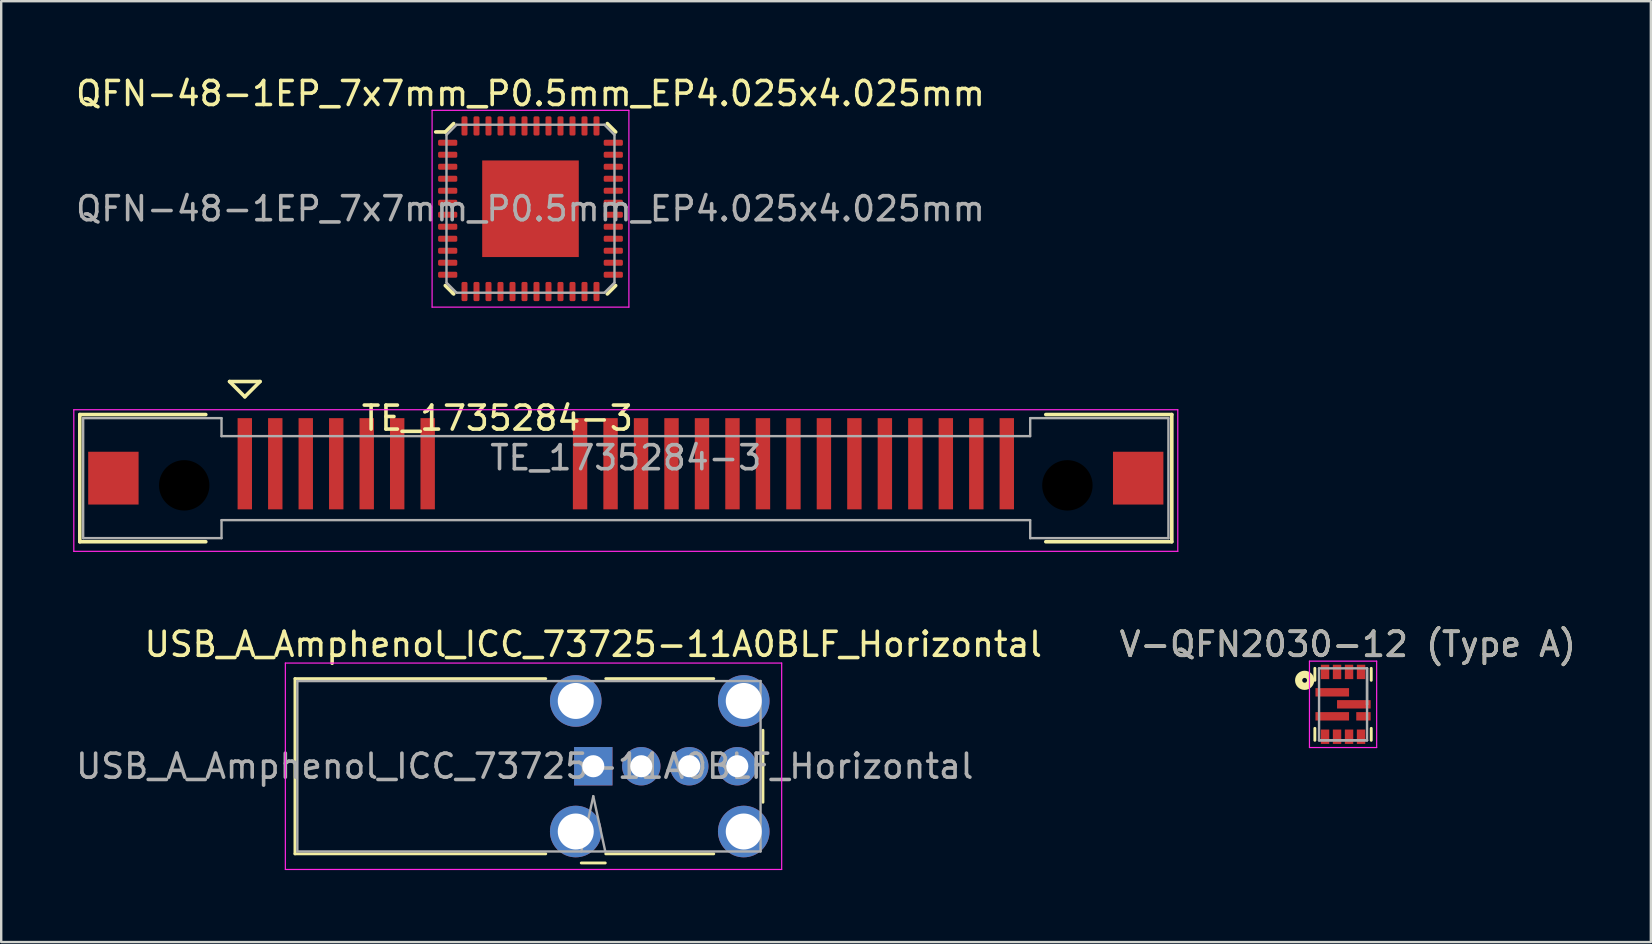
<source format=kicad_pcb>
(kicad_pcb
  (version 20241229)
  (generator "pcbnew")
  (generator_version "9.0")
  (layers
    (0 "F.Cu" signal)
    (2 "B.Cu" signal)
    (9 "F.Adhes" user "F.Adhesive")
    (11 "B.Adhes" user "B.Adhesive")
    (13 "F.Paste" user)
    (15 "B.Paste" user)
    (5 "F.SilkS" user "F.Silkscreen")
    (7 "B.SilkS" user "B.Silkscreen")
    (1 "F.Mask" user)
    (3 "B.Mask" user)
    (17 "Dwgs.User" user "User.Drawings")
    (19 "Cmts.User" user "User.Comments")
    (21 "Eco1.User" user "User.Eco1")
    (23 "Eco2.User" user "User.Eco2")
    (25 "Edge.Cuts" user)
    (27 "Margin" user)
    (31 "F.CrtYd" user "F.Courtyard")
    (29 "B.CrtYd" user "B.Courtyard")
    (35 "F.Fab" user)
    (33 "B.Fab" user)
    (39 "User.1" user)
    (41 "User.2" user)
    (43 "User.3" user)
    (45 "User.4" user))
  (footprint "V-QFN2030-12 (Type A)"
    (layer "F.Cu")
    (at 52.911 26.297)
    (property "Reference" "V-QFN2030-12 (Type A)" (at 0.2 -2.5 0) (unlocked yes) (layer "F.SilkS") (effects (font (size 1 1) (thickness 0.15))))
    (fp_line (start -1.175 -1) (end -1.175 -1.5) (stroke (width 0.12) (type solid)) (layer "F.SilkS"))
    (fp_line (start -1.175 1.5) (end -1.175 1) (stroke (width 0.12) (type solid)) (layer "F.SilkS"))
    (fp_line (start 1.175 -1.5) (end 1.175 -1) (stroke (width 0.12) (type solid)) (layer "F.SilkS"))
    (fp_line (start 1.175 1) (end 1.175 1.5) (stroke (width 0.12) (type solid)) (layer "F.SilkS"))
    (fp_circle (center -1.6 -1) (end -1.5 -1) (stroke (width 0.3) (type solid)) (fill no) (layer "F.SilkS"))
    (fp_line (start -1.4 -1.8) (end 1.4 -1.8) (stroke (width 0.05) (type solid)) (layer "F.CrtYd"))
    (fp_line (start -1.4 1.8) (end -1.4 -1.8) (stroke (width 0.05) (type solid)) (layer "F.CrtYd"))
    (fp_line (start 1.4 -1.8) (end 1.4 1.8) (stroke (width 0.05) (type solid)) (layer "F.CrtYd"))
    (fp_line (start 1.4 1.8) (end -1.4 1.8) (stroke (width 0.05) (type solid)) (layer "F.CrtYd"))
    (fp_line (start -1 1.5) (end -1 -1.5) (stroke (width 0.1) (type solid)) (layer "F.Fab"))
    (fp_line (start -1 1.5) (end 1 1.5) (stroke (width 0.1) (type solid)) (layer "F.Fab"))
    (fp_line (start 1 -1.5) (end -1 -1.5) (stroke (width 0.1) (type solid)) (layer "F.Fab"))
    (fp_line (start 1 -1.5) (end 1 0) (stroke (width 0.1) (type solid)) (layer "F.Fab"))
    (fp_line (start 1 0) (end 1 -1.5) (stroke (width 0.1) (type solid)) (layer "F.Fab"))
    (fp_line (start 1 0) (end 1 1.5) (stroke (width 0.1) (type solid)) (layer "F.Fab"))
    (fp_line (start 1 1.5) (end -1 1.5) (stroke (width 0.1) (type solid)) (layer "F.Fab"))
    (fp_text user "${REFERENCE}" (at 0.2 -2.5 0) (unlocked yes) (layer "F.Fab") (effects (font (size 1 1) (thickness 0.15))))
    (pad "1" smd rect (at -0.45 -0.5) (size 1.4 0.35) (layers "F.Cu" "F.Mask" "F.Paste"))
    (pad "2" smd rect (at -0.45 0.5) (size 1.4 0.35) (layers "F.Cu" "F.Mask" "F.Paste"))
    (pad "3" smd rect (at -0.75 1.35) (size 0.35 0.6) (layers "F.Cu" "F.Mask" "F.Paste"))
    (pad "4" smd rect (at -0.25 1.35) (size 0.35 0.6) (layers "F.Cu" "F.Mask" "F.Paste"))
    (pad "5" smd rect (at 0.25 1.35) (size 0.35 0.6) (layers "F.Cu" "F.Mask" "F.Paste"))
    (pad "6" smd rect (at 0.75 1.35) (size 0.35 0.6) (layers "F.Cu" "F.Mask" "F.Paste"))
    (pad "7" smd rect (at 0.85 0.5) (size 0.6 0.35) (layers "F.Cu" "F.Mask" "F.Paste"))
    (pad "8" smd rect (at 0.45 0) (size 1.4 0.35) (layers "F.Cu" "F.Mask" "F.Paste"))
    (pad "9" smd rect (at 0.75 -1.35) (size 0.35 0.6) (layers "F.Cu" "F.Mask" "F.Paste"))
    (pad "10" smd rect (at 0.25 -1.35) (size 0.35 0.6) (layers "F.Cu" "F.Mask" "F.Paste"))
    (pad "11" smd rect (at -0.25 -1.35) (size 0.35 0.6) (layers "F.Cu" "F.Mask" "F.Paste"))
    (pad "12" smd rect (at -0.75 -1.35) (size 0.35 0.6) (layers "F.Cu" "F.Mask" "F.Paste")))
  (footprint "USB_A_Amphenol_ICC_73725-11A0BLF_Horizontal"
    (layer "F.Cu")
    (at 21.67 28.877)
    (property "Reference" "USB_A_Amphenol_ICC_73725-11A0BLF_Horizontal" (at 0 -5.08 0) (layer "F.SilkS") (effects (font (size 1 1) (thickness 0.15))))
    (attr through_hole)
    (fp_line (start -12.43 -3.65) (end -12.43 3.65) (stroke (width 0.12) (type solid)) (layer "F.SilkS"))
    (fp_line (start -12.43 -3.65) (end -1.98 -3.65) (stroke (width 0.12) (type solid)) (layer "F.SilkS"))
    (fp_line (start -12.43 3.65) (end -1.98 3.65) (stroke (width 0.12) (type solid)) (layer "F.SilkS"))
    (fp_line (start -0.5 4.03) (end 0.5 4.03) (stroke (width 0.12) (type solid)) (layer "F.SilkS"))
    (fp_line (start 0.52 -3.65) (end 5.02 -3.65) (stroke (width 0.12) (type solid)) (layer "F.SilkS"))
    (fp_line (start 0.52 3.65) (end 5.02 3.65) (stroke (width 0.12) (type solid)) (layer "F.SilkS"))
    (fp_line (start 7.07 -1.5) (end 7.07 1.5) (stroke (width 0.12) (type solid)) (layer "F.SilkS"))
    (fp_line (start -12.83 -4.3) (end 7.85 -4.3) (stroke (width 0.05) (type solid)) (layer "F.CrtYd"))
    (fp_line (start -12.83 4.3) (end -12.83 -4.3) (stroke (width 0.05) (type solid)) (layer "F.CrtYd"))
    (fp_line (start 7.85 -4.3) (end 7.85 4.3) (stroke (width 0.05) (type solid)) (layer "F.CrtYd"))
    (fp_line (start 7.85 4.3) (end -12.83 4.3) (stroke (width 0.05) (type solid)) (layer "F.CrtYd"))
    (fp_line (start -12.33 -3.55) (end 6.97 -3.55) (stroke (width 0.1) (type solid)) (layer "F.Fab"))
    (fp_line (start -12.33 3.55) (end -12.33 -3.55) (stroke (width 0.1) (type solid)) (layer "F.Fab"))
    (fp_line (start -0.5 3.55) (end 0 1.25) (stroke (width 0.1) (type solid)) (layer "F.Fab"))
    (fp_line (start 0 1.25) (end 0.5 3.55) (stroke (width 0.1) (type solid)) (layer "F.Fab"))
    (fp_line (start 6.97 -3.55) (end 6.97 3.55) (stroke (width 0.1) (type solid)) (layer "F.Fab"))
    (fp_line (start 6.97 3.55) (end -12.33 3.55) (stroke (width 0.1) (type solid)) (layer "F.Fab"))
    (fp_text user "${REFERENCE}" (at -2.855 0 0) (layer "F.Fab") (effects (font (size 1 1) (thickness 0.15))))
    (pad "1" thru_hole rect (at 0 0) (size 1.6 1.6) (drill 0.92) (layers "*.Cu" "*.Mask"))
    (pad "2" thru_hole circle (at 2 0) (size 1.6 1.6) (drill 0.92) (layers "*.Cu" "*.Mask"))
    (pad "3" thru_hole circle (at 4 0) (size 1.6 1.6) (drill 0.92) (layers "*.Cu" "*.Mask"))
    (pad "4" thru_hole circle (at 6 0) (size 1.6 1.6) (drill 0.92) (layers "*.Cu" "*.Mask"))
    (pad "5" thru_hole circle (at -0.73 -2.72) (size 2.15 2.15) (drill 1.5) (layers "*.Cu" "*.Mask"))
    (pad "5" thru_hole circle (at -0.73 2.72) (size 2.15 2.15) (drill 1.5) (layers "*.Cu" "*.Mask"))
    (pad "5" thru_hole circle (at 6.27 -2.72) (size 2.15 2.15) (drill 1.5) (layers "*.Cu" "*.Mask"))
    (pad "5" thru_hole circle (at 6.27 2.72) (size 2.15 2.15) (drill 1.5) (layers "*.Cu" "*.Mask")))
  (footprint "QFN-48-1EP_7x7mm_P0.5mm_EP4.025x4.025mm"
    (layer "F.Cu")
    (at 19.054 5.648)
    (property "Reference" "QFN-48-1EP_7x7mm_P0.5mm_EP4.025x4.025mm" (at 0 -4.8 0) (layer "F.SilkS") (effects (font (size 1 1) (thickness 0.15))))
    (attr smd)
    (fp_line (start -3.55 -3.2) (end -3.95 -3.2) (stroke (width 0.15) (type solid)) (layer "F.SilkS"))
    (fp_line (start -3.55 -3.2) (end -3.2 -3.55) (stroke (width 0.15) (type solid)) (layer "F.SilkS"))
    (fp_line (start -3.25 3.5) (end -3.55 3.2) (stroke (width 0.15) (type solid)) (layer "F.SilkS"))
    (fp_line (start -3.25 3.5) (end -3.2 3.55) (stroke (width 0.15) (type solid)) (layer "F.SilkS"))
    (fp_line (start 3.2 -3.55) (end 3.55 -3.2) (stroke (width 0.15) (type solid)) (layer "F.SilkS"))
    (fp_line (start 3.2 3.55) (end 3.55 3.2) (stroke (width 0.15) (type solid)) (layer "F.SilkS"))
    (fp_line (start -4.1 -4.1) (end -4.1 4.1) (stroke (width 0.05) (type solid)) (layer "F.CrtYd"))
    (fp_line (start -4.1 4.1) (end 4.1 4.1) (stroke (width 0.05) (type solid)) (layer "F.CrtYd"))
    (fp_line (start 4.1 -4.1) (end -4.1 -4.1) (stroke (width 0.05) (type solid)) (layer "F.CrtYd"))
    (fp_line (start 4.1 4.1) (end 4.1 -4.1) (stroke (width 0.05) (type solid)) (layer "F.CrtYd"))
    (fp_line (start -3.5 3.08) (end -3.5 -3.08) (stroke (width 0.1) (type solid)) (layer "F.Fab"))
    (fp_line (start -3.5 3.08) (end -3.08 3.5) (stroke (width 0.1) (type solid)) (layer "F.Fab"))
    (fp_line (start -3.08 -3.5) (end -3.5 -3.08) (stroke (width 0.1) (type solid)) (layer "F.Fab"))
    (fp_line (start -3.08 -3.5) (end 3.08 -3.5) (stroke (width 0.1) (type solid)) (layer "F.Fab"))
    (fp_line (start 3.08 -3.5) (end 3.5 -3.08) (stroke (width 0.1) (type solid)) (layer "F.Fab"))
    (fp_line (start 3.08 3.5) (end -3.08 3.5) (stroke (width 0.1) (type solid)) (layer "F.Fab"))
    (fp_line (start 3.08 3.5) (end 3.5 3.08) (stroke (width 0.1) (type solid)) (layer "F.Fab"))
    (fp_line (start 3.5 -3.08) (end 3.5 3.08) (stroke (width 0.1) (type solid)) (layer "F.Fab"))
    (fp_text user "${REFERENCE}" (at 0 0 0) (layer "F.Fab") (effects (font (size 1 1) (thickness 0.15))))
    (pad "" smd roundrect (at -1.37 -1.37) (size 1.1 1.1) (layers "F.Paste") (roundrect_rratio 0.227))
    (pad "" smd roundrect (at -1.37 0) (size 1.1 1.1) (layers "F.Paste") (roundrect_rratio 0.227))
    (pad "" smd roundrect (at -1.37 1.37) (size 1.1 1.1) (layers "F.Paste") (roundrect_rratio 0.227))
    (pad "" smd roundrect (at 0 -1.37) (size 1.1 1.1) (layers "F.Paste") (roundrect_rratio 0.227))
    (pad "" smd roundrect (at 0 0) (size 1.1 1.1) (layers "F.Paste") (roundrect_rratio 0.227))
    (pad "" smd roundrect (at 0 1.37) (size 1.1 1.1) (layers "F.Paste") (roundrect_rratio 0.227))
    (pad "" smd roundrect (at 1.37 -1.37) (size 1.1 1.1) (layers "F.Paste") (roundrect_rratio 0.227))
    (pad "" smd roundrect (at 1.37 0) (size 1.1 1.1) (layers "F.Paste") (roundrect_rratio 0.227))
    (pad "" smd roundrect (at 1.37 1.37) (size 1.1 1.1) (layers "F.Paste") (roundrect_rratio 0.227))
    (pad "1" smd roundrect (at -3.45 -2.75) (size 0.8 0.25) (layers "F.Cu" "F.Mask" "F.Paste") (roundrect_rratio 0.25))
    (pad "2" smd roundrect (at -3.45 -2.25) (size 0.8 0.25) (layers "F.Cu" "F.Mask" "F.Paste") (roundrect_rratio 0.25))
    (pad "3" smd roundrect (at -3.45 -1.75) (size 0.8 0.25) (layers "F.Cu" "F.Mask" "F.Paste") (roundrect_rratio 0.25))
    (pad "4" smd roundrect (at -3.45 -1.25) (size 0.8 0.25) (layers "F.Cu" "F.Mask" "F.Paste") (roundrect_rratio 0.25))
    (pad "5" smd roundrect (at -3.45 -0.75) (size 0.8 0.25) (layers "F.Cu" "F.Mask" "F.Paste") (roundrect_rratio 0.25))
    (pad "6" smd roundrect (at -3.45 -0.25) (size 0.8 0.25) (layers "F.Cu" "F.Mask" "F.Paste") (roundrect_rratio 0.25))
    (pad "7" smd roundrect (at -3.45 0.25) (size 0.8 0.25) (layers "F.Cu" "F.Mask" "F.Paste") (roundrect_rratio 0.25))
    (pad "8" smd roundrect (at -3.45 0.75) (size 0.8 0.25) (layers "F.Cu" "F.Mask" "F.Paste") (roundrect_rratio 0.25))
    (pad "9" smd roundrect (at -3.45 1.25) (size 0.8 0.25) (layers "F.Cu" "F.Mask" "F.Paste") (roundrect_rratio 0.25))
    (pad "10" smd roundrect (at -3.45 1.75) (size 0.8 0.25) (layers "F.Cu" "F.Mask" "F.Paste") (roundrect_rratio 0.25))
    (pad "11" smd roundrect (at -3.45 2.25) (size 0.8 0.25) (layers "F.Cu" "F.Mask" "F.Paste") (roundrect_rratio 0.25))
    (pad "12" smd roundrect (at -3.45 2.75) (size 0.8 0.25) (layers "F.Cu" "F.Mask" "F.Paste") (roundrect_rratio 0.25))
    (pad "13" smd roundrect (at -2.75 3.45) (size 0.25 0.8) (layers "F.Cu" "F.Mask" "F.Paste") (roundrect_rratio 0.25))
    (pad "14" smd roundrect (at -2.25 3.45) (size 0.25 0.8) (layers "F.Cu" "F.Mask" "F.Paste") (roundrect_rratio 0.25))
    (pad "15" smd roundrect (at -1.75 3.45) (size 0.25 0.8) (layers "F.Cu" "F.Mask" "F.Paste") (roundrect_rratio 0.25))
    (pad "16" smd roundrect (at -1.25 3.45) (size 0.25 0.8) (layers "F.Cu" "F.Mask" "F.Paste") (roundrect_rratio 0.25))
    (pad "17" smd roundrect (at -0.75 3.45) (size 0.25 0.8) (layers "F.Cu" "F.Mask" "F.Paste") (roundrect_rratio 0.25))
    (pad "18" smd roundrect (at -0.25 3.45) (size 0.25 0.8) (layers "F.Cu" "F.Mask" "F.Paste") (roundrect_rratio 0.25))
    (pad "19" smd roundrect (at 0.25 3.45) (size 0.25 0.8) (layers "F.Cu" "F.Mask" "F.Paste") (roundrect_rratio 0.25))
    (pad "20" smd roundrect (at 0.75 3.45) (size 0.25 0.8) (layers "F.Cu" "F.Mask" "F.Paste") (roundrect_rratio 0.25))
    (pad "21" smd roundrect (at 1.25 3.45) (size 0.25 0.8) (layers "F.Cu" "F.Mask" "F.Paste") (roundrect_rratio 0.25))
    (pad "22" smd roundrect (at 1.75 3.45) (size 0.25 0.8) (layers "F.Cu" "F.Mask" "F.Paste") (roundrect_rratio 0.25))
    (pad "23" smd roundrect (at 2.25 3.45) (size 0.25 0.8) (layers "F.Cu" "F.Mask" "F.Paste") (roundrect_rratio 0.25))
    (pad "24" smd roundrect (at 2.75 3.45) (size 0.25 0.8) (layers "F.Cu" "F.Mask" "F.Paste") (roundrect_rratio 0.25))
    (pad "25" smd roundrect (at 3.45 2.75) (size 0.8 0.25) (layers "F.Cu" "F.Mask" "F.Paste") (roundrect_rratio 0.25))
    (pad "26" smd roundrect (at 3.45 2.25) (size 0.8 0.25) (layers "F.Cu" "F.Mask" "F.Paste") (roundrect_rratio 0.25))
    (pad "27" smd roundrect (at 3.45 1.75) (size 0.8 0.25) (layers "F.Cu" "F.Mask" "F.Paste") (roundrect_rratio 0.25))
    (pad "28" smd roundrect (at 3.45 1.25) (size 0.8 0.25) (layers "F.Cu" "F.Mask" "F.Paste") (roundrect_rratio 0.25))
    (pad "29" smd roundrect (at 3.45 0.75) (size 0.8 0.25) (layers "F.Cu" "F.Mask" "F.Paste") (roundrect_rratio 0.25))
    (pad "30" smd roundrect (at 3.45 0.25) (size 0.8 0.25) (layers "F.Cu" "F.Mask" "F.Paste") (roundrect_rratio 0.25))
    (pad "31" smd roundrect (at 3.45 -0.25) (size 0.8 0.25) (layers "F.Cu" "F.Mask" "F.Paste") (roundrect_rratio 0.25))
    (pad "32" smd roundrect (at 3.45 -0.75) (size 0.8 0.25) (layers "F.Cu" "F.Mask" "F.Paste") (roundrect_rratio 0.25))
    (pad "33" smd roundrect (at 3.45 -1.25) (size 0.8 0.25) (layers "F.Cu" "F.Mask" "F.Paste") (roundrect_rratio 0.25))
    (pad "34" smd roundrect (at 3.45 -1.75) (size 0.8 0.25) (layers "F.Cu" "F.Mask" "F.Paste") (roundrect_rratio 0.25))
    (pad "35" smd roundrect (at 3.45 -2.25) (size 0.8 0.25) (layers "F.Cu" "F.Mask" "F.Paste") (roundrect_rratio 0.25))
    (pad "36" smd roundrect (at 3.45 -2.75) (size 0.8 0.25) (layers "F.Cu" "F.Mask" "F.Paste") (roundrect_rratio 0.25))
    (pad "37" smd roundrect (at 2.75 -3.45) (size 0.25 0.8) (layers "F.Cu" "F.Mask" "F.Paste") (roundrect_rratio 0.25))
    (pad "38" smd roundrect (at 2.25 -3.45) (size 0.25 0.8) (layers "F.Cu" "F.Mask" "F.Paste") (roundrect_rratio 0.25))
    (pad "39" smd roundrect (at 1.75 -3.45) (size 0.25 0.8) (layers "F.Cu" "F.Mask" "F.Paste") (roundrect_rratio 0.25))
    (pad "40" smd roundrect (at 1.25 -3.45) (size 0.25 0.8) (layers "F.Cu" "F.Mask" "F.Paste") (roundrect_rratio 0.25))
    (pad "41" smd roundrect (at 0.75 -3.45) (size 0.25 0.8) (layers "F.Cu" "F.Mask" "F.Paste") (roundrect_rratio 0.25))
    (pad "42" smd roundrect (at 0.25 -3.45) (size 0.25 0.8) (layers "F.Cu" "F.Mask" "F.Paste") (roundrect_rratio 0.25))
    (pad "43" smd roundrect (at -0.25 -3.45) (size 0.25 0.8) (layers "F.Cu" "F.Mask" "F.Paste") (roundrect_rratio 0.25))
    (pad "44" smd roundrect (at -0.75 -3.45) (size 0.25 0.8) (layers "F.Cu" "F.Mask" "F.Paste") (roundrect_rratio 0.25))
    (pad "45" smd roundrect (at -1.25 -3.45) (size 0.25 0.8) (layers "F.Cu" "F.Mask" "F.Paste") (roundrect_rratio 0.25))
    (pad "46" smd roundrect (at -1.75 -3.45) (size 0.25 0.8) (layers "F.Cu" "F.Mask" "F.Paste") (roundrect_rratio 0.25))
    (pad "47" smd roundrect (at -2.25 -3.45) (size 0.25 0.8) (layers "F.Cu" "F.Mask" "F.Paste") (roundrect_rratio 0.25))
    (pad "48" smd roundrect (at -2.75 -3.45) (size 0.25 0.8) (layers "F.Cu" "F.Mask" "F.Paste") (roundrect_rratio 0.25))
    (pad "49" smd rect (at 0 0) (size 4.025 4.025) (layers "F.Cu" "F.Mask")))
  (footprint "TE_1735284-3"
    (layer "F.Cu")
    (at 23.025 16.023)
    (property "Reference" "TE_1735284-3" (at -5.35 -1.65 0) (unlocked yes) (layer "F.SilkS") (effects (font (size 1 1) (thickness 0.15))))
    (fp_line (start -22.75 -1.8) (end -22.75 3.5) (stroke (width 0.15) (type solid)) (layer "F.SilkS"))
    (fp_line (start -22.75 3.5) (end -17.5 3.5) (stroke (width 0.15) (type solid)) (layer "F.SilkS"))
    (fp_line (start -17.5 -1.8) (end -22.75 -1.8) (stroke (width 0.15) (type solid)) (layer "F.SilkS"))
    (fp_line (start -16.51 -3.175) (end -15.875 -2.54) (stroke (width 0.15) (type solid)) (layer "F.SilkS"))
    (fp_line (start -15.875 -2.54) (end -15.24 -3.175) (stroke (width 0.15) (type solid)) (layer "F.SilkS"))
    (fp_line (start -15.24 -3.175) (end -16.51 -3.175) (stroke (width 0.15) (type solid)) (layer "F.SilkS"))
    (fp_line (start 17.5 3.5) (end 22.75 3.5) (stroke (width 0.15) (type solid)) (layer "F.SilkS"))
    (fp_line (start 22.75 -1.8) (end 17.5 -1.8) (stroke (width 0.15) (type solid)) (layer "F.SilkS"))
    (fp_line (start 22.75 3.5) (end 22.75 -1.8) (stroke (width 0.15) (type solid)) (layer "F.SilkS"))
    (fp_line (start -23 -2) (end 23 -2) (stroke (width 0.05) (type solid)) (layer "F.CrtYd"))
    (fp_line (start -23 3.9) (end -23 -2) (stroke (width 0.05) (type solid)) (layer "F.CrtYd"))
    (fp_line (start 23 -2) (end 23 3.9) (stroke (width 0.05) (type solid)) (layer "F.CrtYd"))
    (fp_line (start 23 3.9) (end -23 3.9) (stroke (width 0.05) (type solid)) (layer "F.CrtYd"))
    (fp_line (start -22.61 -1.65) (end -16.845 -1.65) (stroke (width 0.1) (type solid)) (layer "F.Fab"))
    (fp_line (start -22.61 3.35) (end -22.61 -1.65) (stroke (width 0.1) (type solid)) (layer "F.Fab"))
    (fp_line (start -22.61 3.35) (end -16.845 3.35) (stroke (width 0.1) (type solid)) (layer "F.Fab"))
    (fp_line (start -16.845 -1.65) (end -16.845 -0.9) (stroke (width 0.1) (type solid)) (layer "F.Fab"))
    (fp_line (start -16.845 -0.9) (end 16.845 -0.9) (stroke (width 0.1) (type solid)) (layer "F.Fab"))
    (fp_line (start -16.845 2.6) (end 16.845 2.6) (stroke (width 0.1) (type solid)) (layer "F.Fab"))
    (fp_line (start -16.845 3.35) (end -16.845 2.6) (stroke (width 0.1) (type solid)) (layer "F.Fab"))
    (fp_line (start 16.85 -1.65) (end 16.85 -0.9) (stroke (width 0.1) (type solid)) (layer "F.Fab"))
    (fp_line (start 16.85 3.351) (end 16.85 2.6) (stroke (width 0.1) (type solid)) (layer "F.Fab"))
    (fp_line (start 22.61 -1.65) (end 16.85 -1.65) (stroke (width 0.1) (type solid)) (layer "F.Fab"))
    (fp_line (start 22.61 3.35) (end 16.85 3.35) (stroke (width 0.1) (type solid)) (layer "F.Fab"))
    (fp_line (start 22.61 3.35) (end 22.61 -1.65) (stroke (width 0.1) (type solid)) (layer "F.Fab"))
    (fp_text user "${REFERENCE}" (at 0 0 0) (unlocked yes) (layer "F.Fab") (effects (font (size 1 1) (thickness 0.15))))
    (pad "" np_thru_hole circle (at -18.4 1.15) (size 2.1 2.1) (drill 2.1) (layers "*.Mask"))
    (pad "" np_thru_hole circle (at 18.4 1.15) (size 2.1 2.1) (drill 2.1) (layers "*.Mask"))
    (pad "M1" smd rect (at -21.35 0.85) (size 2.1 2.2) (layers "F.Cu" "F.Mask" "F.Paste"))
    (pad "M2" smd rect (at 21.35 0.85) (size 2.1 2.2) (layers "F.Cu" "F.Mask" "F.Paste"))
    (pad "P1" smd rect (at -1.905 0.25) (size 0.6 3.8) (layers "F.Cu" "F.Mask" "F.Paste"))
    (pad "P2" smd rect (at -0.635 0.25) (size 0.6 3.8) (layers "F.Cu" "F.Mask" "F.Paste"))
    (pad "P3" smd rect (at 0.635 0.25) (size 0.6 3.8) (layers "F.Cu" "F.Mask" "F.Paste"))
    (pad "P4" smd rect (at 1.905 0.25) (size 0.6 3.8) (layers "F.Cu" "F.Mask" "F.Paste"))
    (pad "P5" smd rect (at 3.175 0.25) (size 0.6 3.8) (layers "F.Cu" "F.Mask" "F.Paste"))
    (pad "P6" smd rect (at 4.445 0.25) (size 0.6 3.8) (layers "F.Cu" "F.Mask" "F.Paste"))
    (pad "P7" smd rect (at 5.715 0.25) (size 0.6 3.8) (layers "F.Cu" "F.Mask" "F.Paste"))
    (pad "P8" smd rect (at 6.985 0.25) (size 0.6 3.8) (layers "F.Cu" "F.Mask" "F.Paste"))
    (pad "P9" smd rect (at 8.255 0.25) (size 0.6 3.8) (layers "F.Cu" "F.Mask" "F.Paste"))
    (pad "P10" smd rect (at 9.525 0.25) (size 0.6 3.8) (layers "F.Cu" "F.Mask" "F.Paste"))
    (pad "P11" smd rect (at 10.795 0.25) (size 0.6 3.8) (layers "F.Cu" "F.Mask" "F.Paste"))
    (pad "P12" smd rect (at 12.065 0.25) (size 0.6 3.8) (layers "F.Cu" "F.Mask" "F.Paste"))
    (pad "P13" smd rect (at 13.335 0.25) (size 0.6 3.8) (layers "F.Cu" "F.Mask" "F.Paste"))
    (pad "P14" smd rect (at 14.605 0.25) (size 0.6 3.8) (layers "F.Cu" "F.Mask" "F.Paste"))
    (pad "P15" smd rect (at 15.875 0.25) (size 0.6 3.8) (layers "F.Cu" "F.Mask" "F.Paste"))
    (pad "S1" smd rect (at -15.875 0.25) (size 0.6 3.8) (layers "F.Cu" "F.Mask" "F.Paste"))
    (pad "S2" smd rect (at -14.605 0.25) (size 0.6 3.8) (layers "F.Cu" "F.Mask" "F.Paste"))
    (pad "S3" smd rect (at -13.335 0.25) (size 0.6 3.8) (layers "F.Cu" "F.Mask" "F.Paste"))
    (pad "S4" smd rect (at -12.065 0.25) (size 0.6 3.8) (layers "F.Cu" "F.Mask" "F.Paste"))
    (pad "S5" smd rect (at -10.795 0.25) (size 0.6 3.8) (layers "F.Cu" "F.Mask" "F.Paste"))
    (pad "S6" smd rect (at -9.525 0.25) (size 0.6 3.8) (layers "F.Cu" "F.Mask" "F.Paste"))
    (pad "S7" smd rect (at -8.255 0.25) (size 0.6 3.8) (layers "F.Cu" "F.Mask" "F.Paste")))
  (gr_rect
    (start -3 -3)
    (end 65.736 36.202)
    (stroke (width 0.1) (type default))
    (fill no)
    (layer "Edge.Cuts")))
</source>
